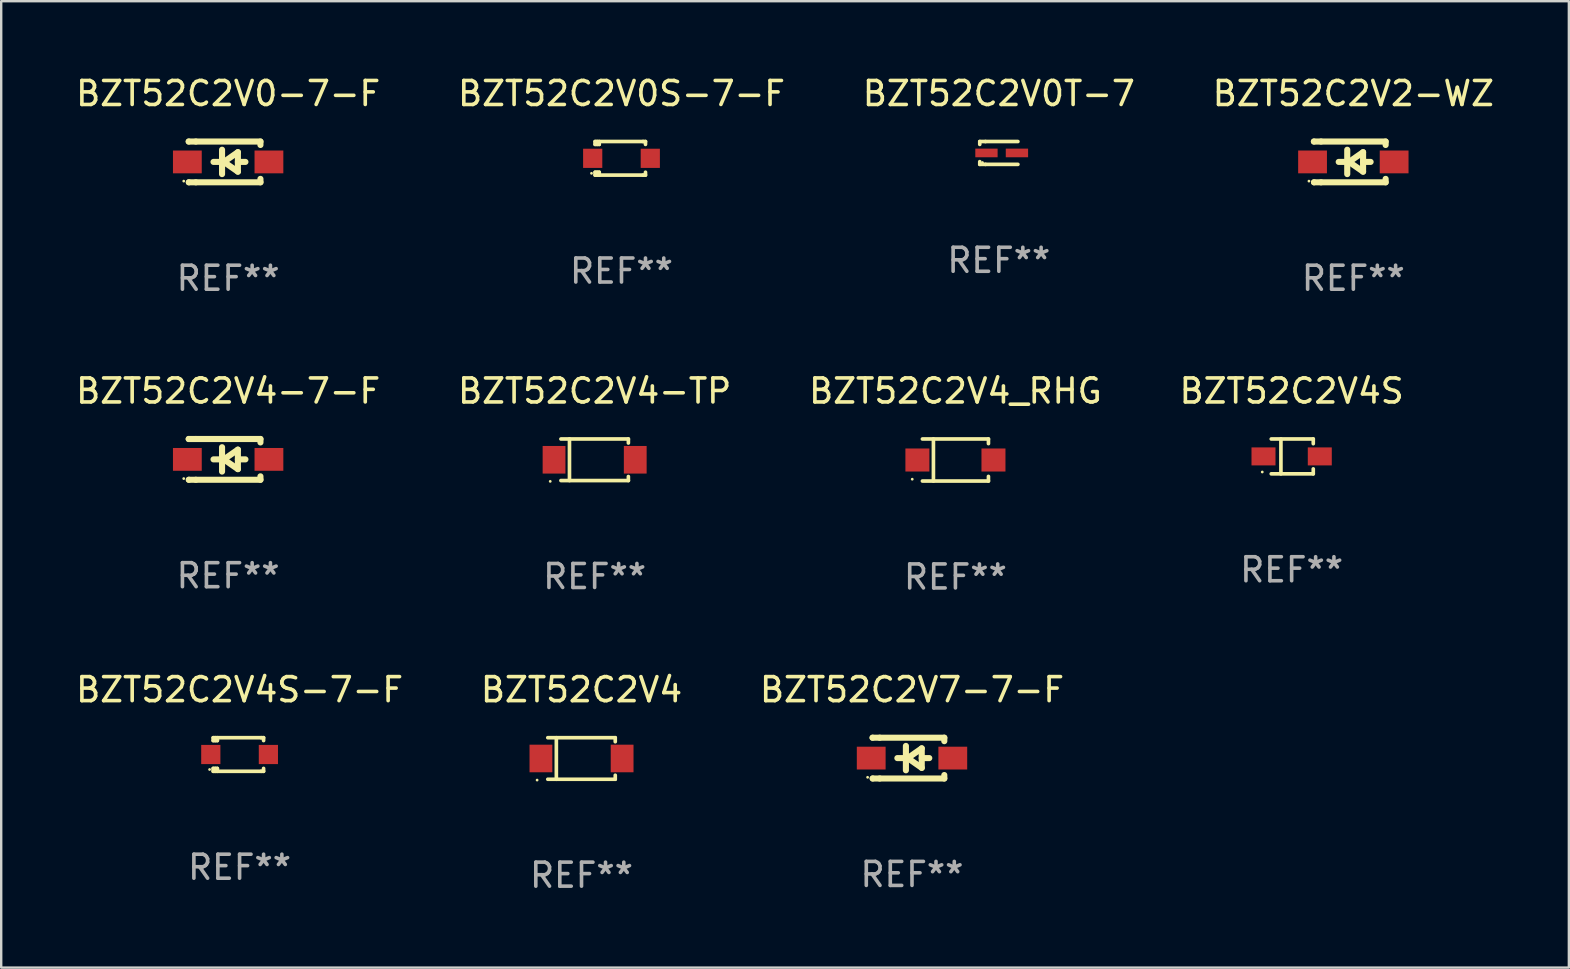
<source format=kicad_pcb>
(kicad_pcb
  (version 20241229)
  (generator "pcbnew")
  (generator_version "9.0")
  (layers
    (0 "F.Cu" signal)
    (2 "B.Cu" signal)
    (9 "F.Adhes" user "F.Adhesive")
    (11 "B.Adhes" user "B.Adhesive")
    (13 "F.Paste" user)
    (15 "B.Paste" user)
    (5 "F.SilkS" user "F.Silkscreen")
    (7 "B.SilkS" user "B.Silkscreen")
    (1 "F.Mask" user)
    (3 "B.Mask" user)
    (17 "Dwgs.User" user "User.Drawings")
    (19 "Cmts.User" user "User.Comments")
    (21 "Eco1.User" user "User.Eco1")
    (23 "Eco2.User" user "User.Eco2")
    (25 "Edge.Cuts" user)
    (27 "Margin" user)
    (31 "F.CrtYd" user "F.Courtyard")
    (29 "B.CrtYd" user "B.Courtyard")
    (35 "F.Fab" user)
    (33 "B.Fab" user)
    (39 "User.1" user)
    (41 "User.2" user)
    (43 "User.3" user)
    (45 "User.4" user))
  (footprint "BZT52C2V4S"
    (layer "F.Cu")
    (at 50.78 15.971)
    (property "Reference" "BZT52C2V4S" (at 0 -2.726 0) (layer "F.SilkS") (effects (font (size 1 1) (thickness 0.15))))
    (attr through_hole)
    (fp_line (start -0.851 -0.726) (end 0.901 -0.726) (stroke (width 0.152) (type solid)) (layer "F.SilkS"))
    (fp_line (start -0.851 0.726) (end 0.901 0.726) (stroke (width 0.152) (type solid)) (layer "F.SilkS"))
    (fp_line (start -0.447 -0.726) (end -0.447 0.726) (stroke (width 0.152) (type solid)) (layer "F.SilkS"))
    (fp_line (start 0.901 -0.726) (end 0.901 -0.53) (stroke (width 0.152) (type solid)) (layer "F.SilkS"))
    (fp_line (start 0.901 0.726) (end 0.901 0.52) (stroke (width 0.152) (type solid)) (layer "F.SilkS"))
    (fp_circle (center -1.225 0.65) (end -1.195 0.65) (stroke (width 0.06) (type solid)) (fill no) (layer "F.SilkS"))
    (fp_text user "REF**" (at 0 4.726 0) (layer "F.Fab") (effects (font (size 1 1) (thickness 0.15))))
    (pad "1" smd rect (at -1.173 0) (size 1 0.75) (layers "F.Cu" "F.Mask" "F.Paste"))
    (pad "2" smd rect (at 1.173 0) (size 1 0.75) (layers "F.Cu" "F.Mask" "F.Paste")))
  (footprint "BZT52C2V0T-7"
    (layer "F.Cu")
    (at 38.577 3.324)
    (property "Reference" "BZT52C2V0T-7" (at 0 -2.476 0) (layer "F.SilkS") (effects (font (size 1 1) (thickness 0.15))))
    (attr through_hole)
    (fp_line (start -0.795 -0.476) (end -0.795 -0.356) (stroke (width 0.152) (type solid)) (layer "F.SilkS"))
    (fp_line (start -0.795 0.363) (end -0.795 0.476) (stroke (width 0.152) (type solid)) (layer "F.SilkS"))
    (fp_line (start -0.795 0.476) (end -0.557 0.476) (stroke (width 0.152) (type solid)) (layer "F.SilkS"))
    (fp_line (start -0.557 -0.476) (end -0.795 -0.476) (stroke (width 0.152) (type solid)) (layer "F.SilkS"))
    (fp_line (start -0.557 -0.476) (end 0.795 -0.476) (stroke (width 0.152) (type solid)) (layer "F.SilkS"))
    (fp_line (start -0.557 0.476) (end 0.795 0.476) (stroke (width 0.152) (type solid)) (layer "F.SilkS"))
    (fp_circle (center -0.681 0.4) (end -0.651 0.4) (stroke (width 0.06) (type solid)) (fill no) (layer "F.SilkS"))
    (fp_text user "REF**" (at 0 4.476 0) (layer "F.Fab") (effects (font (size 1 1) (thickness 0.15))))
    (pad "1" smd rect (at -0.516 0 180) (size 0.93 0.36) (layers "F.Cu" "F.Mask" "F.Paste"))
    (pad "2" smd rect (at 0.754 0 180) (size 0.93 0.36) (layers "F.Cu" "F.Mask" "F.Paste")))
  (footprint "BZT52C2V4-TP"
    (layer "F.Cu")
    (at 21.732 16.111)
    (property "Reference" "BZT52C2V4-TP" (at 0 -2.866 0) (layer "F.SilkS") (effects (font (size 1 1) (thickness 0.15))))
    (attr through_hole)
    (fp_line (start -1.406 -0.866) (end 1.406 -0.866) (stroke (width 0.152) (type solid)) (layer "F.SilkS"))
    (fp_line (start -1.406 0.866) (end 1.406 0.866) (stroke (width 0.152) (type solid)) (layer "F.SilkS"))
    (fp_line (start -1.049 -0.866) (end -1.049 0.866) (stroke (width 0.152) (type solid)) (layer "F.SilkS"))
    (fp_line (start 1.406 -0.866) (end 1.406 -0.698) (stroke (width 0.152) (type solid)) (layer "F.SilkS"))
    (fp_line (start 1.406 0.866) (end 1.406 0.698) (stroke (width 0.152) (type solid)) (layer "F.SilkS"))
    (fp_circle (center -1.851 0.9) (end -1.821 0.9) (stroke (width 0.06) (type solid)) (fill no) (layer "F.SilkS"))
    (fp_text user "REF**" (at 0 4.866 0) (layer "F.Fab") (effects (font (size 1 1) (thickness 0.15))))
    (pad "1" smd rect (at -1.692 0) (size 0.95 1.15) (layers "F.Cu" "F.Mask" "F.Paste"))
    (pad "2" smd rect (at 1.692 0) (size 0.95 1.15) (layers "F.Cu" "F.Mask" "F.Paste")))
  (footprint "BZT52C2V0-7-F"
    (layer "F.Cu")
    (at 6.458 3.698)
    (property "Reference" "BZT52C2V0-7-F" (at 0 -2.85 0) (layer "F.SilkS") (effects (font (size 1 1) (thickness 0.15))))
    (attr through_hole)
    (fp_line (start -1.643 -0.85) (end -1.644 -0.849) (stroke (width 0.254) (type solid)) (layer "F.SilkS"))
    (fp_line (start -1.638 0.85) (end -1.639 0.849) (stroke (width 0.254) (type solid)) (layer "F.SilkS"))
    (fp_line (start -1.346 -0.85) (end -1.643 -0.85) (stroke (width 0.254) (type solid)) (layer "F.SilkS"))
    (fp_line (start -1.346 -0.85) (end 1.346 -0.85) (stroke (width 0.254) (type solid)) (layer "F.SilkS"))
    (fp_line (start -1.346 0.85) (end -1.638 0.85) (stroke (width 0.254) (type solid)) (layer "F.SilkS"))
    (fp_line (start -0.28 0) (end -0.61 0) (stroke (width 0.254) (type solid)) (layer "F.SilkS"))
    (fp_line (start -0.254 -0.508) (end -0.254 0.508) (stroke (width 0.254) (type solid)) (layer "F.SilkS"))
    (fp_line (start -0.178 0) (end 0.406 -0.406) (stroke (width 0.254) (type solid)) (layer "F.SilkS"))
    (fp_line (start 0.406 -0.406) (end 0.406 0.406) (stroke (width 0.254) (type solid)) (layer "F.SilkS"))
    (fp_line (start 0.406 -0.000254) (end 0.72 -0.000254) (stroke (width 0.254) (type solid)) (layer "F.SilkS"))
    (fp_line (start 0.406 0.406) (end -0.178 0) (stroke (width 0.254) (type solid)) (layer "F.SilkS"))
    (fp_line (start 1.346 -0.85) (end 1.346 -0.706) (stroke (width 0.254) (type solid)) (layer "F.SilkS"))
    (fp_line (start 1.346 0.706) (end 1.346 0.85) (stroke (width 0.254) (type solid)) (layer "F.SilkS"))
    (fp_line (start 1.346 0.85) (end -1.346 0.85) (stroke (width 0.254) (type solid)) (layer "F.SilkS"))
    (fp_circle (center -1.85 0.8) (end -1.82 0.8) (stroke (width 0.06) (type solid)) (fill no) (layer "F.SilkS"))
    (fp_text user "REF**" (at 0 4.85 0) (layer "F.Fab") (effects (font (size 1 1) (thickness 0.15))))
    (pad "1" smd rect (at -1.7 0) (size 1.2 0.95) (layers "F.Cu" "F.Mask" "F.Paste"))
    (pad "2" smd rect (at 1.7 0) (size 1.2 0.95) (layers "F.Cu" "F.Mask" "F.Paste")))
  (footprint "BZT52C2V4S-7-F"
    (layer "F.Cu")
    (at 6.935 28.394)
    (property "Reference" "BZT52C2V4S-7-F" (at 0 -2.7 0) (layer "F.SilkS") (effects (font (size 1 1) (thickness 0.15))))
    (attr through_hole)
    (fp_line (start -1.1 -0.7) (end -1.1 -0.58) (stroke (width 0.152) (type solid)) (layer "F.SilkS"))
    (fp_line (start -1.1 0.58) (end -1.1 0.7) (stroke (width 0.152) (type solid)) (layer "F.SilkS"))
    (fp_line (start -1.1 0.58) (end -0.927 0.58) (stroke (width 0.152) (type solid)) (layer "F.SilkS"))
    (fp_line (start -1.1 0.7) (end 0.9 0.7) (stroke (width 0.152) (type solid)) (layer "F.SilkS"))
    (fp_line (start -1.014 -0.58) (end -1.014 -0.7) (stroke (width 0.152) (type solid)) (layer "F.SilkS"))
    (fp_line (start -1.014 0.7) (end -1.014 0.58) (stroke (width 0.152) (type solid)) (layer "F.SilkS"))
    (fp_line (start -0.927 -0.7) (end -0.927 -0.58) (stroke (width 0.152) (type solid)) (layer "F.SilkS"))
    (fp_line (start -0.927 -0.58) (end -1.1 -0.58) (stroke (width 0.152) (type solid)) (layer "F.SilkS"))
    (fp_line (start -0.927 0.58) (end -0.927 0.7) (stroke (width 0.152) (type solid)) (layer "F.SilkS"))
    (fp_line (start 0.9 -0.7) (end -1.1 -0.7) (stroke (width 0.152) (type solid)) (layer "F.SilkS"))
    (fp_line (start 0.9 0.7) (end 1 0.7) (stroke (width 0.152) (type solid)) (layer "F.SilkS"))
    (fp_line (start 1 -0.7) (end 0.9 -0.7) (stroke (width 0.152) (type solid)) (layer "F.SilkS"))
    (fp_line (start 1 -0.58) (end 1 -0.7) (stroke (width 0.152) (type solid)) (layer "F.SilkS"))
    (fp_line (start 1 0.7) (end 1 0.58) (stroke (width 0.152) (type solid)) (layer "F.SilkS"))
    (fp_circle (center -1.25 0.625) (end -1.22 0.625) (stroke (width 0.06) (type solid)) (fill no) (layer "F.SilkS"))
    (fp_text user "REF**" (at 0 4.7 0) (layer "F.Fab") (effects (font (size 1 1) (thickness 0.15))))
    (pad "1" smd rect (at -1.2 0) (size 0.8 0.8) (layers "F.Cu" "F.Mask" "F.Paste"))
    (pad "2" smd rect (at 1.2 0) (size 0.8 0.8) (layers "F.Cu" "F.Mask" "F.Paste")))
  (footprint "BZT52C2V0S-7-F"
    (layer "F.Cu")
    (at 22.851 3.548)
    (property "Reference" "BZT52C2V0S-7-F" (at 0 -2.7 0) (layer "F.SilkS") (effects (font (size 1 1) (thickness 0.15))))
    (attr through_hole)
    (fp_line (start -1.1 -0.7) (end -1.1 -0.58) (stroke (width 0.152) (type solid)) (layer "F.SilkS"))
    (fp_line (start -1.1 0.58) (end -1.1 0.7) (stroke (width 0.152) (type solid)) (layer "F.SilkS"))
    (fp_line (start -1.1 0.58) (end -0.927 0.58) (stroke (width 0.152) (type solid)) (layer "F.SilkS"))
    (fp_line (start -1.1 0.7) (end 0.9 0.7) (stroke (width 0.152) (type solid)) (layer "F.SilkS"))
    (fp_line (start -1.014 -0.58) (end -1.014 -0.7) (stroke (width 0.152) (type solid)) (layer "F.SilkS"))
    (fp_line (start -1.014 0.7) (end -1.014 0.58) (stroke (width 0.152) (type solid)) (layer "F.SilkS"))
    (fp_line (start -0.927 -0.7) (end -0.927 -0.58) (stroke (width 0.152) (type solid)) (layer "F.SilkS"))
    (fp_line (start -0.927 -0.58) (end -1.1 -0.58) (stroke (width 0.152) (type solid)) (layer "F.SilkS"))
    (fp_line (start -0.927 0.58) (end -0.927 0.7) (stroke (width 0.152) (type solid)) (layer "F.SilkS"))
    (fp_line (start 0.9 -0.7) (end -1.1 -0.7) (stroke (width 0.152) (type solid)) (layer "F.SilkS"))
    (fp_line (start 0.9 0.7) (end 1 0.7) (stroke (width 0.152) (type solid)) (layer "F.SilkS"))
    (fp_line (start 1 -0.7) (end 0.9 -0.7) (stroke (width 0.152) (type solid)) (layer "F.SilkS"))
    (fp_line (start 1 -0.58) (end 1 -0.7) (stroke (width 0.152) (type solid)) (layer "F.SilkS"))
    (fp_line (start 1 0.7) (end 1 0.58) (stroke (width 0.152) (type solid)) (layer "F.SilkS"))
    (fp_circle (center -1.25 0.625) (end -1.22 0.625) (stroke (width 0.06) (type solid)) (fill no) (layer "F.SilkS"))
    (fp_text user "REF**" (at 0 4.7 0) (layer "F.Fab") (effects (font (size 1 1) (thickness 0.15))))
    (pad "1" smd rect (at -1.2 0) (size 0.8 0.8) (layers "F.Cu" "F.Mask" "F.Paste"))
    (pad "2" smd rect (at 1.2 0) (size 0.8 0.8) (layers "F.Cu" "F.Mask" "F.Paste")))
  (footprint "BZT52C2V7-7-F"
    (layer "F.Cu")
    (at 34.958 28.544)
    (property "Reference" "BZT52C2V7-7-F" (at 0 -2.85 0) (layer "F.SilkS") (effects (font (size 1 1) (thickness 0.15))))
    (attr through_hole)
    (fp_line (start -1.643 -0.85) (end -1.644 -0.849) (stroke (width 0.254) (type solid)) (layer "F.SilkS"))
    (fp_line (start -1.638 0.85) (end -1.639 0.849) (stroke (width 0.254) (type solid)) (layer "F.SilkS"))
    (fp_line (start -1.346 -0.85) (end -1.643 -0.85) (stroke (width 0.254) (type solid)) (layer "F.SilkS"))
    (fp_line (start -1.346 -0.85) (end 1.346 -0.85) (stroke (width 0.254) (type solid)) (layer "F.SilkS"))
    (fp_line (start -1.346 0.85) (end -1.638 0.85) (stroke (width 0.254) (type solid)) (layer "F.SilkS"))
    (fp_line (start -0.28 0) (end -0.61 0) (stroke (width 0.254) (type solid)) (layer "F.SilkS"))
    (fp_line (start -0.254 -0.508) (end -0.254 0.508) (stroke (width 0.254) (type solid)) (layer "F.SilkS"))
    (fp_line (start -0.178 0) (end 0.406 -0.406) (stroke (width 0.254) (type solid)) (layer "F.SilkS"))
    (fp_line (start 0.406 -0.406) (end 0.406 0.406) (stroke (width 0.254) (type solid)) (layer "F.SilkS"))
    (fp_line (start 0.406 -0.000254) (end 0.72 -0.000254) (stroke (width 0.254) (type solid)) (layer "F.SilkS"))
    (fp_line (start 0.406 0.406) (end -0.178 0) (stroke (width 0.254) (type solid)) (layer "F.SilkS"))
    (fp_line (start 1.346 -0.85) (end 1.346 -0.706) (stroke (width 0.254) (type solid)) (layer "F.SilkS"))
    (fp_line (start 1.346 0.706) (end 1.346 0.85) (stroke (width 0.254) (type solid)) (layer "F.SilkS"))
    (fp_line (start 1.346 0.85) (end -1.346 0.85) (stroke (width 0.254) (type solid)) (layer "F.SilkS"))
    (fp_circle (center -1.85 0.8) (end -1.82 0.8) (stroke (width 0.06) (type solid)) (fill no) (layer "F.SilkS"))
    (fp_text user "REF**" (at 0 4.85 0) (layer "F.Fab") (effects (font (size 1 1) (thickness 0.15))))
    (pad "1" smd rect (at -1.7 0) (size 1.2 0.95) (layers "F.Cu" "F.Mask" "F.Paste"))
    (pad "2" smd rect (at 1.7 0) (size 1.2 0.95) (layers "F.Cu" "F.Mask" "F.Paste")))
  (footprint "BZT52C2V4_RHG"
    (layer "F.Cu")
    (at 36.768 16.121)
    (property "Reference" "BZT52C2V4_RHG" (at 0 -2.876 0) (layer "F.SilkS") (effects (font (size 1 1) (thickness 0.15))))
    (attr through_hole)
    (fp_line (start -1.376 -0.876) (end 1.376 -0.876) (stroke (width 0.152) (type solid)) (layer "F.SilkS"))
    (fp_line (start -1.376 0.876) (end 1.376 0.876) (stroke (width 0.152) (type solid)) (layer "F.SilkS"))
    (fp_line (start -0.917 -0.876) (end -0.917 0.876) (stroke (width 0.152) (type solid)) (layer "F.SilkS"))
    (fp_line (start 1.376 -0.876) (end 1.376 -0.683) (stroke (width 0.152) (type solid)) (layer "F.SilkS"))
    (fp_line (start 1.376 0.876) (end 1.376 0.683) (stroke (width 0.152) (type solid)) (layer "F.SilkS"))
    (fp_circle (center -1.8 0.8) (end -1.77 0.8) (stroke (width 0.06) (type solid)) (fill no) (layer "F.SilkS"))
    (fp_text user "REF**" (at 0 4.876 0) (layer "F.Fab") (effects (font (size 1 1) (thickness 0.15))))
    (pad "1" smd rect (at -1.585 0) (size 1 0.96) (layers "F.Cu" "F.Mask" "F.Paste"))
    (pad "2" smd rect (at 1.585 0) (size 1 0.96) (layers "F.Cu" "F.Mask" "F.Paste")))
  (footprint "BZT52C2V4"
    (layer "F.Cu")
    (at 21.185 28.56)
    (property "Reference" "BZT52C2V4" (at 0 -2.866 0) (layer "F.SilkS") (effects (font (size 1 1) (thickness 0.15))))
    (attr through_hole)
    (fp_line (start -1.406 -0.866) (end 1.406 -0.866) (stroke (width 0.152) (type solid)) (layer "F.SilkS"))
    (fp_line (start -1.406 0.866) (end 1.406 0.866) (stroke (width 0.152) (type solid)) (layer "F.SilkS"))
    (fp_line (start -1.049 -0.866) (end -1.049 0.866) (stroke (width 0.152) (type solid)) (layer "F.SilkS"))
    (fp_line (start 1.406 -0.866) (end 1.406 -0.698) (stroke (width 0.152) (type solid)) (layer "F.SilkS"))
    (fp_line (start 1.406 0.866) (end 1.406 0.698) (stroke (width 0.152) (type solid)) (layer "F.SilkS"))
    (fp_circle (center -1.851 0.9) (end -1.821 0.9) (stroke (width 0.06) (type solid)) (fill no) (layer "F.SilkS"))
    (fp_text user "REF**" (at 0 4.866 0) (layer "F.Fab") (effects (font (size 1 1) (thickness 0.15))))
    (pad "1" smd rect (at -1.692 0) (size 0.95 1.15) (layers "F.Cu" "F.Mask" "F.Paste"))
    (pad "2" smd rect (at 1.692 0) (size 0.95 1.15) (layers "F.Cu" "F.Mask" "F.Paste")))
  (footprint "BZT52C2V2-WZ"
    (layer "F.Cu")
    (at 53.351 3.698)
    (property "Reference" "BZT52C2V2-WZ" (at 0 -2.85 0) (layer "F.SilkS") (effects (font (size 1 1) (thickness 0.15))))
    (attr through_hole)
    (fp_line (start -1.643 -0.85) (end -1.644 -0.849) (stroke (width 0.254) (type solid)) (layer "F.SilkS"))
    (fp_line (start -1.638 0.85) (end -1.639 0.849) (stroke (width 0.254) (type solid)) (layer "F.SilkS"))
    (fp_line (start -1.346 -0.85) (end -1.643 -0.85) (stroke (width 0.254) (type solid)) (layer "F.SilkS"))
    (fp_line (start -1.346 -0.85) (end 1.346 -0.85) (stroke (width 0.254) (type solid)) (layer "F.SilkS"))
    (fp_line (start -1.346 0.85) (end -1.638 0.85) (stroke (width 0.254) (type solid)) (layer "F.SilkS"))
    (fp_line (start -0.28 0) (end -0.61 0) (stroke (width 0.254) (type solid)) (layer "F.SilkS"))
    (fp_line (start -0.254 -0.508) (end -0.254 0.508) (stroke (width 0.254) (type solid)) (layer "F.SilkS"))
    (fp_line (start -0.178 0) (end 0.406 -0.406) (stroke (width 0.254) (type solid)) (layer "F.SilkS"))
    (fp_line (start 0.406 -0.406) (end 0.406 0.406) (stroke (width 0.254) (type solid)) (layer "F.SilkS"))
    (fp_line (start 0.406 -0.000254) (end 0.72 -0.000254) (stroke (width 0.254) (type solid)) (layer "F.SilkS"))
    (fp_line (start 0.406 0.406) (end -0.178 0) (stroke (width 0.254) (type solid)) (layer "F.SilkS"))
    (fp_line (start 1.346 -0.85) (end 1.346 -0.706) (stroke (width 0.254) (type solid)) (layer "F.SilkS"))
    (fp_line (start 1.346 0.706) (end 1.346 0.85) (stroke (width 0.254) (type solid)) (layer "F.SilkS"))
    (fp_line (start 1.346 0.85) (end -1.346 0.85) (stroke (width 0.254) (type solid)) (layer "F.SilkS"))
    (fp_circle (center -1.85 0.8) (end -1.82 0.8) (stroke (width 0.06) (type solid)) (fill no) (layer "F.SilkS"))
    (fp_text user "REF**" (at 0 4.85 0) (layer "F.Fab") (effects (font (size 1 1) (thickness 0.15))))
    (pad "1" smd rect (at -1.7 0) (size 1.2 0.95) (layers "F.Cu" "F.Mask" "F.Paste"))
    (pad "2" smd rect (at 1.7 0) (size 1.2 0.95) (layers "F.Cu" "F.Mask" "F.Paste")))
  (footprint "BZT52C2V4-7-F"
    (layer "F.Cu")
    (at 6.458 16.095)
    (property "Reference" "BZT52C2V4-7-F" (at 0 -2.85 0) (layer "F.SilkS") (effects (font (size 1 1) (thickness 0.15))))
    (attr through_hole)
    (fp_line (start -1.643 -0.85) (end -1.644 -0.849) (stroke (width 0.254) (type solid)) (layer "F.SilkS"))
    (fp_line (start -1.638 0.85) (end -1.639 0.849) (stroke (width 0.254) (type solid)) (layer "F.SilkS"))
    (fp_line (start -1.346 -0.85) (end -1.643 -0.85) (stroke (width 0.254) (type solid)) (layer "F.SilkS"))
    (fp_line (start -1.346 -0.85) (end 1.346 -0.85) (stroke (width 0.254) (type solid)) (layer "F.SilkS"))
    (fp_line (start -1.346 0.85) (end -1.638 0.85) (stroke (width 0.254) (type solid)) (layer "F.SilkS"))
    (fp_line (start -0.28 0) (end -0.61 0) (stroke (width 0.254) (type solid)) (layer "F.SilkS"))
    (fp_line (start -0.254 -0.508) (end -0.254 0.508) (stroke (width 0.254) (type solid)) (layer "F.SilkS"))
    (fp_line (start -0.178 0) (end 0.406 -0.406) (stroke (width 0.254) (type solid)) (layer "F.SilkS"))
    (fp_line (start 0.406 -0.406) (end 0.406 0.406) (stroke (width 0.254) (type solid)) (layer "F.SilkS"))
    (fp_line (start 0.406 -0.000254) (end 0.72 -0.000254) (stroke (width 0.254) (type solid)) (layer "F.SilkS"))
    (fp_line (start 0.406 0.406) (end -0.178 0) (stroke (width 0.254) (type solid)) (layer "F.SilkS"))
    (fp_line (start 1.346 -0.85) (end 1.346 -0.706) (stroke (width 0.254) (type solid)) (layer "F.SilkS"))
    (fp_line (start 1.346 0.706) (end 1.346 0.85) (stroke (width 0.254) (type solid)) (layer "F.SilkS"))
    (fp_line (start 1.346 0.85) (end -1.346 0.85) (stroke (width 0.254) (type solid)) (layer "F.SilkS"))
    (fp_circle (center -1.85 0.8) (end -1.82 0.8) (stroke (width 0.06) (type solid)) (fill no) (layer "F.SilkS"))
    (fp_text user "REF**" (at 0 4.85 0) (layer "F.Fab") (effects (font (size 1 1) (thickness 0.15))))
    (pad "1" smd rect (at -1.7 0) (size 1.2 0.95) (layers "F.Cu" "F.Mask" "F.Paste"))
    (pad "2" smd rect (at 1.7 0) (size 1.2 0.95) (layers "F.Cu" "F.Mask" "F.Paste")))
  (gr_rect
    (start -3 -3)
    (end 62.333 37.274)
    (stroke (width 0.1) (type default))
    (fill no)
    (layer "Edge.Cuts")))
</source>
